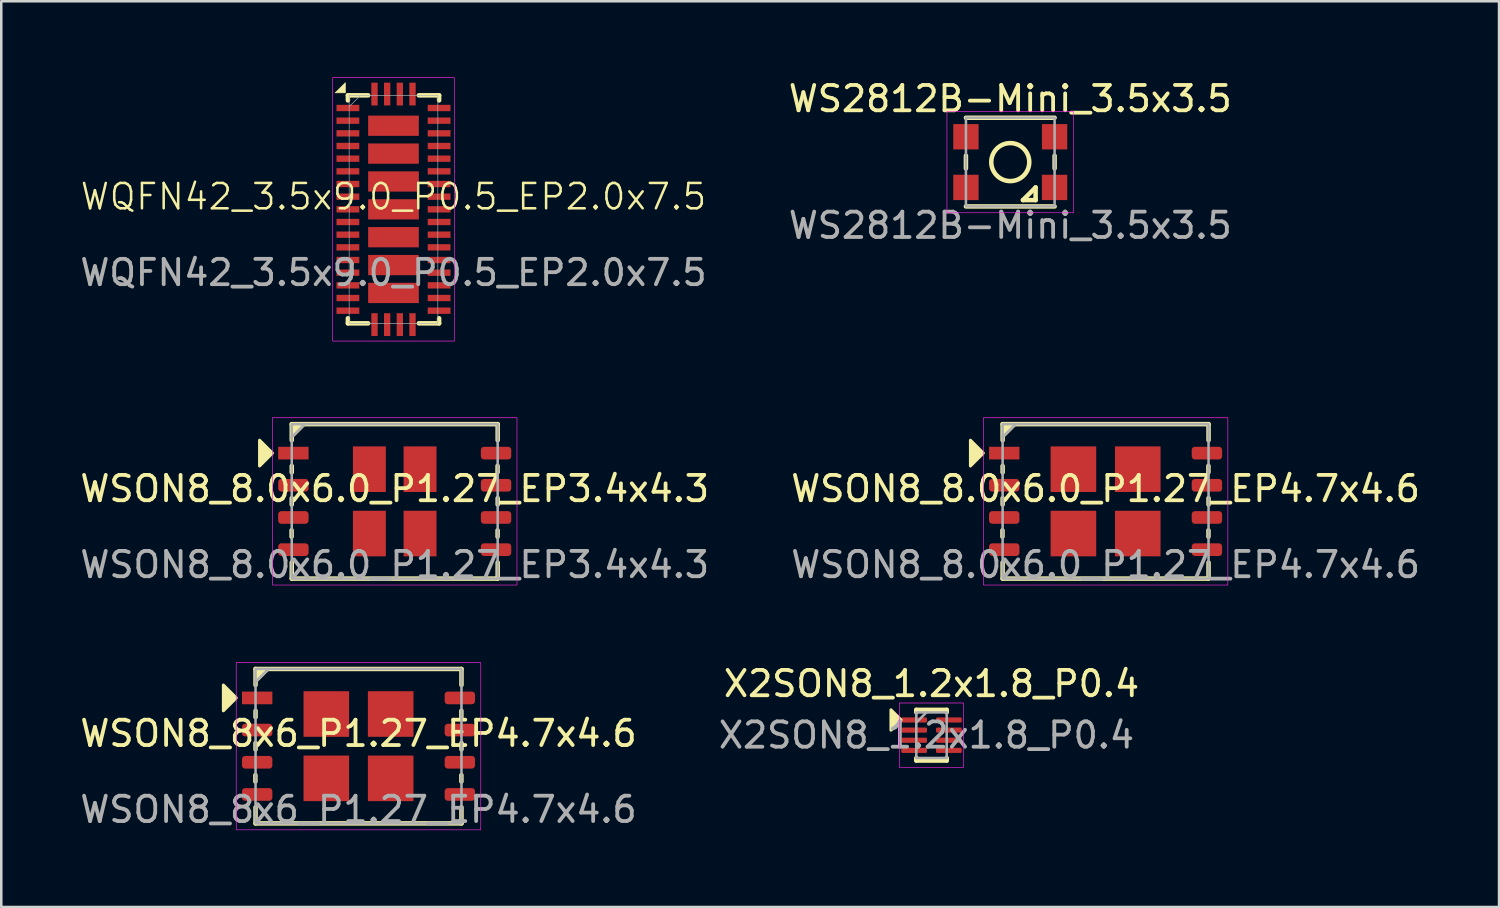
<source format=kicad_pcb>
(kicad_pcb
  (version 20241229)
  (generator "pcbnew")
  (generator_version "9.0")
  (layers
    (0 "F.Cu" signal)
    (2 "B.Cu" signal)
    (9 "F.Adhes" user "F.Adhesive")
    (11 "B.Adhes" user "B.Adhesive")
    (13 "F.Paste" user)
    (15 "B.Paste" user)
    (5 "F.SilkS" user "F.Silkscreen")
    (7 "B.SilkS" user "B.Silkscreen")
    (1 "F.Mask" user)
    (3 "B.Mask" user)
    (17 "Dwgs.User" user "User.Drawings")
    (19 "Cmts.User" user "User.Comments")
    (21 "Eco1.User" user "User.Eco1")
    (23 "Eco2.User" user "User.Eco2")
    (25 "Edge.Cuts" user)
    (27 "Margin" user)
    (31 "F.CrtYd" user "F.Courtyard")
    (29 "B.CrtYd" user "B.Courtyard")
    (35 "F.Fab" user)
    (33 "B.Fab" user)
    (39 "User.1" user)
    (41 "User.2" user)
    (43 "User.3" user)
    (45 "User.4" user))
  (footprint "WSON8_8x6_P1.27_EP4.7x4.6"
    (layer "F.Cu")
    (at 11.101 26.403)
    (property "Reference" "WSON8_8x6_P1.27_EP4.7x4.6" (at 0 -0.5 0) (unlocked yes) (layer "F.SilkS") (effects (font (size 1 1) (thickness 0.15))))
    (fp_line (start -4.07 1.141) (end -4.07 1.395) (stroke (width 0.178) (type solid)) (layer "F.SilkS"))
    (fp_line (start -4.064 -3.048) (end 4.064 -3.048) (stroke (width 0.178) (type solid)) (layer "F.SilkS"))
    (fp_line (start -4.064 -2.413) (end -4.064 -3.048) (stroke (width 0.178) (type solid)) (layer "F.SilkS"))
    (fp_line (start -4.064 -1.397) (end -4.064 -1.143) (stroke (width 0.178) (type solid)) (layer "F.SilkS"))
    (fp_line (start -4.064 -0.127) (end -4.064 0.127) (stroke (width 0.178) (type solid)) (layer "F.SilkS"))
    (fp_line (start -4.064 2.413) (end -4.064 3.048) (stroke (width 0.178) (type solid)) (layer "F.SilkS"))
    (fp_line (start -4.064 3.048) (end 4.064 3.048) (stroke (width 0.178) (type solid)) (layer "F.SilkS"))
    (fp_line (start 4.06 -1.401) (end 4.06 -1.147) (stroke (width 0.178) (type solid)) (layer "F.SilkS"))
    (fp_line (start 4.061 1.142) (end 4.061 1.396) (stroke (width 0.178) (type solid)) (layer "F.SilkS"))
    (fp_line (start 4.064 -0.128) (end 4.064 0.126) (stroke (width 0.178) (type solid)) (layer "F.SilkS"))
    (fp_line (start 4.064 -3.048) (end 4.064 -2.413) (stroke (width 0.178) (type solid)) (layer "F.SilkS"))
    (fp_line (start 4.064 3.048) (end 4.064 2.413) (stroke (width 0.178) (type solid)) (layer "F.SilkS"))
    (fp_poly (pts (xy -4.826 -1.905) (xy -5.334 -1.397) (xy -5.334 -2.413)) (stroke (width 0.12) (type solid)) (fill yes) (layer "F.SilkS"))
    (fp_poly (pts (xy -4.064 -2.54) (xy -4.064 -3.048) (xy -3.556 -3.048)) (stroke (width 0.12) (type solid)) (fill yes) (layer "F.SilkS"))
    (fp_rect (start -4.826 -3.302) (end 4.826 3.302) (stroke (width 0.025) (type solid)) (fill no) (layer "F.CrtYd"))
    (fp_line (start -4.064 -2.54) (end -3.556 -3.048) (stroke (width 0.1) (type solid)) (layer "F.Fab"))
    (fp_rect (start -4.064 -3.048) (end 4.064 3.048) (stroke (width 0.1) (type solid)) (fill no) (layer "F.Fab"))
    (fp_text user "${REFERENCE}" (at 0 2.5 0) (unlocked yes) (layer "F.Fab") (effects (font (size 1 1) (thickness 0.15))))
    (pad "1" smd rect (at -4 -1.905) (size 1.2 0.5) (layers "F.Cu" "F.Mask" "F.Paste"))
    (pad "2" smd roundrect (at -4 -0.635) (size 1.2 0.5) (layers "F.Cu" "F.Mask" "F.Paste") (roundrect_rratio 0.25))
    (pad "3" smd roundrect (at -4 0.635) (size 1.2 0.5) (layers "F.Cu" "F.Mask" "F.Paste") (roundrect_rratio 0.25))
    (pad "4" smd roundrect (at -4 1.905) (size 1.2 0.5) (layers "F.Cu" "F.Mask" "F.Paste") (roundrect_rratio 0.25))
    (pad "5" smd roundrect (at 4 1.905) (size 1.2 0.5) (layers "F.Cu" "F.Mask" "F.Paste") (roundrect_rratio 0.25))
    (pad "6" smd roundrect (at 4 0.635) (size 1.2 0.5) (layers "F.Cu" "F.Mask" "F.Paste") (roundrect_rratio 0.25))
    (pad "7" smd roundrect (at 4 -0.635) (size 1.2 0.5) (layers "F.Cu" "F.Mask" "F.Paste") (roundrect_rratio 0.25))
    (pad "8" smd roundrect (at 4 -1.905) (size 1.2 0.5) (layers "F.Cu" "F.Mask" "F.Paste") (roundrect_rratio 0.25))
    (pad "9" smd rect (at -1.27 -1.27) (size 1.8 1.8) (layers "F.Cu" "F.Mask" "F.Paste"))
    (pad "9" smd rect (at -1.27 1.27) (size 1.8 1.8) (layers "F.Cu" "F.Mask" "F.Paste"))
    (pad "9" smd rect (at 1.27 -1.27) (size 1.8 1.8) (layers "F.Cu" "F.Mask" "F.Paste"))
    (pad "9" smd rect (at 1.27 1.27) (size 1.8 1.8) (layers "F.Cu" "F.Mask" "F.Paste")))
  (footprint "WS2812B-Mini_3.5x3.5"
    (layer "F.Cu")
    (at 36.827 3.348)
    (property "Reference" "WS2812B-Mini_3.5x3.5" (at 0 -2.5 0) (unlocked yes) (layer "F.SilkS") (effects (font (size 1 1) (thickness 0.15))))
    (attr smd)
    (fp_line (start -1.75 -1.75) (end 1.75 -1.75) (stroke (width 0.178) (type solid)) (layer "F.SilkS"))
    (fp_line (start -1.75 -0.25) (end -1.75 0.25) (stroke (width 0.178) (type solid)) (layer "F.SilkS"))
    (fp_line (start -1.75 1.75) (end 1.75 1.75) (stroke (width 0.178) (type solid)) (layer "F.SilkS"))
    (fp_line (start 0.5 1.5) (end 1 1) (stroke (width 0.178) (type solid)) (layer "F.SilkS"))
    (fp_line (start 1 1) (end 1 1.5) (stroke (width 0.178) (type solid)) (layer "F.SilkS"))
    (fp_line (start 1 1.5) (end 0.5 1.5) (stroke (width 0.178) (type solid)) (layer "F.SilkS"))
    (fp_line (start 1.75 -0.25) (end 1.75 0.25) (stroke (width 0.178) (type solid)) (layer "F.SilkS"))
    (fp_circle (center 0 0) (end 0.75 0) (stroke (width 0.178) (type solid)) (fill no) (layer "F.SilkS"))
    (fp_rect (start -2.5 -2) (end 2.5 2) (stroke (width 0.025) (type solid)) (fill no) (layer "F.CrtYd"))
    (fp_rect (start -1.75 -1.75) (end 1.75 1.75) (stroke (width 0.1) (type solid)) (fill no) (layer "F.Fab"))
    (fp_text user "${REFERENCE}" (at 0 2.5 0) (unlocked yes) (layer "F.Fab") (effects (font (size 1 1) (thickness 0.15))))
    (pad "1" smd rect (at -1.75 -1) (size 1 1) (layers "F.Cu" "F.Mask" "F.Paste"))
    (pad "2" smd rect (at -1.75 1) (size 1 1) (layers "F.Cu" "F.Mask" "F.Paste"))
    (pad "3" smd rect (at 1.75 1) (size 1 1) (layers "F.Cu" "F.Mask" "F.Paste"))
    (pad "4" smd rect (at 1.75 -1) (size 1 1) (layers "F.Cu" "F.Mask" "F.Paste")))
  (footprint "WSON8_8.0x6.0_P1.27_EP3.4x4.3"
    (layer "F.Cu")
    (at 12.53 16.74)
    (property "Reference" "WSON8_8.0x6.0_P1.27_EP3.4x4.3" (at 0 -0.5 0) (unlocked yes) (layer "F.SilkS") (effects (font (size 1 1) (thickness 0.15))))
    (fp_line (start -4.07 1.141) (end -4.07 1.395) (stroke (width 0.178) (type solid)) (layer "F.SilkS"))
    (fp_line (start -4.064 -3.048) (end 4.064 -3.048) (stroke (width 0.178) (type solid)) (layer "F.SilkS"))
    (fp_line (start -4.064 -2.413) (end -4.064 -3.048) (stroke (width 0.178) (type solid)) (layer "F.SilkS"))
    (fp_line (start -4.064 -1.397) (end -4.064 -1.143) (stroke (width 0.178) (type solid)) (layer "F.SilkS"))
    (fp_line (start -4.064 -0.127) (end -4.064 0.127) (stroke (width 0.178) (type solid)) (layer "F.SilkS"))
    (fp_line (start -4.064 2.413) (end -4.064 3.048) (stroke (width 0.178) (type solid)) (layer "F.SilkS"))
    (fp_line (start -4.064 3.048) (end 4.064 3.048) (stroke (width 0.178) (type solid)) (layer "F.SilkS"))
    (fp_line (start 4.06 -1.401) (end 4.06 -1.147) (stroke (width 0.178) (type solid)) (layer "F.SilkS"))
    (fp_line (start 4.061 1.142) (end 4.061 1.396) (stroke (width 0.178) (type solid)) (layer "F.SilkS"))
    (fp_line (start 4.064 -0.128) (end 4.064 0.126) (stroke (width 0.178) (type solid)) (layer "F.SilkS"))
    (fp_line (start 4.064 -3.048) (end 4.064 -2.413) (stroke (width 0.178) (type solid)) (layer "F.SilkS"))
    (fp_line (start 4.064 3.048) (end 4.064 2.413) (stroke (width 0.178) (type solid)) (layer "F.SilkS"))
    (fp_poly (pts (xy -4.826 -1.905) (xy -5.334 -1.397) (xy -5.334 -2.413)) (stroke (width 0.12) (type solid)) (fill yes) (layer "F.SilkS"))
    (fp_poly (pts (xy -4.064 -2.54) (xy -4.064 -3.048) (xy -3.556 -3.048)) (stroke (width 0.12) (type solid)) (fill yes) (layer "F.SilkS"))
    (fp_rect (start -4.826 -3.302) (end 4.826 3.302) (stroke (width 0.025) (type solid)) (fill no) (layer "F.CrtYd"))
    (fp_line (start -4.064 -2.54) (end -3.556 -3.048) (stroke (width 0.1) (type solid)) (layer "F.Fab"))
    (fp_rect (start -4.064 -3.048) (end 4.064 3.048) (stroke (width 0.1) (type solid)) (fill no) (layer "F.Fab"))
    (fp_text user "${REFERENCE}" (at 0 2.5 0) (unlocked yes) (layer "F.Fab") (effects (font (size 1 1) (thickness 0.15))))
    (pad "1" smd rect (at -4 -1.905) (size 1.2 0.5) (layers "F.Cu" "F.Mask" "F.Paste"))
    (pad "2" smd roundrect (at -4 -0.635) (size 1.2 0.5) (layers "F.Cu" "F.Mask" "F.Paste") (roundrect_rratio 0.25))
    (pad "3" smd roundrect (at -4 0.635) (size 1.2 0.5) (layers "F.Cu" "F.Mask" "F.Paste") (roundrect_rratio 0.25))
    (pad "4" smd roundrect (at -4 1.905) (size 1.2 0.5) (layers "F.Cu" "F.Mask" "F.Paste") (roundrect_rratio 0.25))
    (pad "5" smd roundrect (at 4 1.905) (size 1.2 0.5) (layers "F.Cu" "F.Mask" "F.Paste") (roundrect_rratio 0.25))
    (pad "6" smd roundrect (at 4 0.635) (size 1.2 0.5) (layers "F.Cu" "F.Mask" "F.Paste") (roundrect_rratio 0.25))
    (pad "7" smd roundrect (at 4 -0.635) (size 1.2 0.5) (layers "F.Cu" "F.Mask" "F.Paste") (roundrect_rratio 0.25))
    (pad "8" smd roundrect (at 4 -1.905) (size 1.2 0.5) (layers "F.Cu" "F.Mask" "F.Paste") (roundrect_rratio 0.25))
    (pad "9" smd rect (at -1 -1.27) (size 1.3 1.8) (layers "F.Cu" "F.Mask" "F.Paste"))
    (pad "9" smd rect (at -1 1.27) (size 1.3 1.8) (layers "F.Cu" "F.Mask" "F.Paste"))
    (pad "9" smd rect (at 1 -1.27) (size 1.3 1.8) (layers "F.Cu" "F.Mask" "F.Paste"))
    (pad "9" smd rect (at 1 1.27) (size 1.3 1.8) (layers "F.Cu" "F.Mask" "F.Paste")))
  (footprint "WSON8_8.0x6.0_P1.27_EP4.7x4.6"
    (layer "F.Cu")
    (at 40.589 16.74)
    (property "Reference" "WSON8_8.0x6.0_P1.27_EP4.7x4.6" (at 0 -0.5 0) (unlocked yes) (layer "F.SilkS") (effects (font (size 1 1) (thickness 0.15))))
    (fp_line (start -4.07 1.141) (end -4.07 1.395) (stroke (width 0.178) (type solid)) (layer "F.SilkS"))
    (fp_line (start -4.064 -3.048) (end 4.064 -3.048) (stroke (width 0.178) (type solid)) (layer "F.SilkS"))
    (fp_line (start -4.064 -2.413) (end -4.064 -3.048) (stroke (width 0.178) (type solid)) (layer "F.SilkS"))
    (fp_line (start -4.064 -1.397) (end -4.064 -1.143) (stroke (width 0.178) (type solid)) (layer "F.SilkS"))
    (fp_line (start -4.064 -0.127) (end -4.064 0.127) (stroke (width 0.178) (type solid)) (layer "F.SilkS"))
    (fp_line (start -4.064 2.413) (end -4.064 3.048) (stroke (width 0.178) (type solid)) (layer "F.SilkS"))
    (fp_line (start -4.064 3.048) (end 4.064 3.048) (stroke (width 0.178) (type solid)) (layer "F.SilkS"))
    (fp_line (start 4.06 -1.401) (end 4.06 -1.147) (stroke (width 0.178) (type solid)) (layer "F.SilkS"))
    (fp_line (start 4.061 1.142) (end 4.061 1.396) (stroke (width 0.178) (type solid)) (layer "F.SilkS"))
    (fp_line (start 4.064 -0.128) (end 4.064 0.126) (stroke (width 0.178) (type solid)) (layer "F.SilkS"))
    (fp_line (start 4.064 -3.048) (end 4.064 -2.413) (stroke (width 0.178) (type solid)) (layer "F.SilkS"))
    (fp_line (start 4.064 3.048) (end 4.064 2.413) (stroke (width 0.178) (type solid)) (layer "F.SilkS"))
    (fp_poly (pts (xy -4.826 -1.905) (xy -5.334 -1.397) (xy -5.334 -2.413)) (stroke (width 0.12) (type solid)) (fill yes) (layer "F.SilkS"))
    (fp_poly (pts (xy -4.064 -2.54) (xy -4.064 -3.048) (xy -3.556 -3.048)) (stroke (width 0.12) (type solid)) (fill yes) (layer "F.SilkS"))
    (fp_rect (start -4.826 -3.302) (end 4.826 3.302) (stroke (width 0.025) (type solid)) (fill no) (layer "F.CrtYd"))
    (fp_line (start -4.064 -2.54) (end -3.556 -3.048) (stroke (width 0.1) (type solid)) (layer "F.Fab"))
    (fp_rect (start -4.064 -3.048) (end 4.064 3.048) (stroke (width 0.1) (type solid)) (fill no) (layer "F.Fab"))
    (fp_text user "${REFERENCE}" (at 0 2.5 0) (unlocked yes) (layer "F.Fab") (effects (font (size 1 1) (thickness 0.15))))
    (pad "1" smd rect (at -4 -1.905) (size 1.2 0.5) (layers "F.Cu" "F.Mask" "F.Paste"))
    (pad "2" smd roundrect (at -4 -0.635) (size 1.2 0.5) (layers "F.Cu" "F.Mask" "F.Paste") (roundrect_rratio 0.25))
    (pad "3" smd roundrect (at -4 0.635) (size 1.2 0.5) (layers "F.Cu" "F.Mask" "F.Paste") (roundrect_rratio 0.25))
    (pad "4" smd roundrect (at -4 1.905) (size 1.2 0.5) (layers "F.Cu" "F.Mask" "F.Paste") (roundrect_rratio 0.25))
    (pad "5" smd roundrect (at 4 1.905) (size 1.2 0.5) (layers "F.Cu" "F.Mask" "F.Paste") (roundrect_rratio 0.25))
    (pad "6" smd roundrect (at 4 0.635) (size 1.2 0.5) (layers "F.Cu" "F.Mask" "F.Paste") (roundrect_rratio 0.25))
    (pad "7" smd roundrect (at 4 -0.635) (size 1.2 0.5) (layers "F.Cu" "F.Mask" "F.Paste") (roundrect_rratio 0.25))
    (pad "8" smd roundrect (at 4 -1.905) (size 1.2 0.5) (layers "F.Cu" "F.Mask" "F.Paste") (roundrect_rratio 0.25))
    (pad "9" smd rect (at -1.27 -1.27) (size 1.8 1.8) (layers "F.Cu" "F.Mask" "F.Paste"))
    (pad "9" smd rect (at -1.27 1.27) (size 1.8 1.8) (layers "F.Cu" "F.Mask" "F.Paste"))
    (pad "9" smd rect (at 1.27 -1.27) (size 1.8 1.8) (layers "F.Cu" "F.Mask" "F.Paste"))
    (pad "9" smd rect (at 1.27 1.27) (size 1.8 1.8) (layers "F.Cu" "F.Mask" "F.Paste")))
  (footprint "X2SON8_1.2x1.8_P0.4"
    (layer "F.Cu")
    (at 33.718 25.969)
    (property "Reference" "X2SON8_1.2x1.8_P0.4" (at 0 -2.032 0) (unlocked yes) (layer "F.SilkS") (effects (font (size 1 1) (thickness 0.15))))
    (attr smd)
    (fp_line (start -0.6 -1) (end 0.6 -1) (stroke (width 0.178) (type solid)) (layer "F.SilkS"))
    (fp_line (start -0.6 -0.9) (end -0.6 -1) (stroke (width 0.178) (type solid)) (layer "F.SilkS"))
    (fp_line (start -0.6 0.9) (end -0.6 1) (stroke (width 0.178) (type solid)) (layer "F.SilkS"))
    (fp_line (start -0.6 1) (end 0.6 1) (stroke (width 0.178) (type solid)) (layer "F.SilkS"))
    (fp_line (start 0.6 -0.9) (end 0.6 -1) (stroke (width 0.178) (type solid)) (layer "F.SilkS"))
    (fp_line (start 0.6 0.9) (end 0.6 1) (stroke (width 0.178) (type solid)) (layer "F.SilkS"))
    (fp_poly (pts (xy -1.2 -0.6) (xy -1.6 -0.2) (xy -1.6 -1)) (stroke (width 0.12) (type solid)) (fill yes) (layer "F.SilkS"))
    (fp_rect (start -1.27 -1.27) (end 1.27 1.27) (stroke (width 0.025) (type solid)) (fill no) (layer "F.CrtYd"))
    (fp_line (start -0.6 -0.5) (end -0.2 -0.9) (stroke (width 0.1) (type solid)) (layer "F.Fab"))
    (fp_rect (start -0.6 0.9) (end 0.6 -0.9) (stroke (width 0.1) (type solid)) (fill no) (layer "F.Fab"))
    (fp_text user "${REFERENCE}" (at -0.2 0 0) (unlocked yes) (layer "F.Fab") (effects (font (size 1 1) (thickness 0.15))))
    (pad "1" smd roundrect (at -0.686 -0.6) (size 1.016 0.203) (layers "F.Cu" "F.Mask" "F.Paste") (roundrect_rratio 0.25))
    (pad "2" smd roundrect (at -0.686 -0.2) (size 1.016 0.203) (layers "F.Cu" "F.Mask" "F.Paste") (roundrect_rratio 0.25))
    (pad "3" smd roundrect (at -0.686 0.2) (size 1.016 0.203) (layers "F.Cu" "F.Mask" "F.Paste") (roundrect_rratio 0.25))
    (pad "4" smd roundrect (at -0.686 0.6) (size 1.016 0.203) (layers "F.Cu" "F.Mask" "F.Paste") (roundrect_rratio 0.25))
    (pad "5" smd roundrect (at 0.686 0.6) (size 1.016 0.203) (layers "F.Cu" "F.Mask" "F.Paste") (roundrect_rratio 0.25))
    (pad "6" smd roundrect (at 0.686 0.2) (size 1.016 0.203) (layers "F.Cu" "F.Mask" "F.Paste") (roundrect_rratio 0.25))
    (pad "7" smd roundrect (at 0.686 -0.2) (size 1.016 0.203) (layers "F.Cu" "F.Mask" "F.Paste") (roundrect_rratio 0.25))
    (pad "8" smd roundrect (at 0.686 -0.6) (size 1.016 0.203) (layers "F.Cu" "F.Mask" "F.Paste") (roundrect_rratio 0.25)))
  (footprint "WQFN42_3.5x9.0_P0.5_EP2.0x7.5"
    (layer "F.Cu")
    (at 12.482 5.213)
    (property "Reference" "WQFN42_3.5x9.0_P0.5_EP2.0x7.5" (at 0 -0.5 0) (unlocked yes) (layer "F.SilkS") (effects (font (size 1 1) (thickness 0.1))))
    (attr smd)
    (fp_line (start -1.8 -4.5) (end -1.8 -4.3) (stroke (width 0.178) (type default)) (layer "F.SilkS"))
    (fp_line (start -1.8 4.3) (end -1.8 4.5) (stroke (width 0.178) (type default)) (layer "F.SilkS"))
    (fp_line (start -1 -4.5) (end -1.8 -4.5) (stroke (width 0.178) (type default)) (layer "F.SilkS"))
    (fp_line (start -1 4.5) (end -1.8 4.5) (stroke (width 0.178) (type default)) (layer "F.SilkS"))
    (fp_line (start 1.8 -4.5) (end 1 -4.5) (stroke (width 0.178) (type default)) (layer "F.SilkS"))
    (fp_line (start 1.8 -4.5) (end 1.8 -4.3) (stroke (width 0.178) (type default)) (layer "F.SilkS"))
    (fp_line (start 1.8 4.3) (end 1.8 4.5) (stroke (width 0.178) (type default)) (layer "F.SilkS"))
    (fp_line (start 1.8 4.5) (end 1 4.5) (stroke (width 0.178) (type default)) (layer "F.SilkS"))
    (fp_poly (pts (xy -2.3 -4.6) (xy -1.9 -4.6) (xy -1.9 -5)) (stroke (width 0.025) (type solid)) (fill yes) (layer "F.SilkS"))
    (fp_rect (start -2.4 5.2) (end 2.4 -5.2) (stroke (width 0.025) (type default)) (fill no) (layer "F.CrtYd"))
    (fp_line (start -1.3 -4.5) (end -1.75 -4.05) (stroke (width 0.025) (type default)) (layer "F.Fab"))
    (fp_rect (start -1.75 -4.5) (end 1.75 4.5) (stroke (width 0.025) (type default)) (fill no) (layer "F.Fab"))
    (fp_text user "${REFERENCE}" (at 0 2.5 0) (unlocked yes) (layer "F.Fab") (effects (font (size 1 1) (thickness 0.15))))
    (pad "1" smd rect (at -1.8 -4) (size 0.9 0.25) (layers "F.Cu" "F.Mask" "F.Paste"))
    (pad "2" smd rect (at -1.8 -3.5) (size 0.9 0.25) (layers "F.Cu" "F.Mask" "F.Paste"))
    (pad "3" smd rect (at -1.8 -3) (size 0.9 0.25) (layers "F.Cu" "F.Mask" "F.Paste"))
    (pad "4" smd rect (at -1.8 -2.5) (size 0.9 0.25) (layers "F.Cu" "F.Mask" "F.Paste"))
    (pad "5" smd rect (at -1.8 -2) (size 0.9 0.25) (layers "F.Cu" "F.Mask" "F.Paste"))
    (pad "6" smd rect (at -1.8 -1.5) (size 0.9 0.25) (layers "F.Cu" "F.Mask" "F.Paste"))
    (pad "7" smd rect (at -1.8 -1) (size 0.9 0.25) (layers "F.Cu" "F.Mask" "F.Paste"))
    (pad "8" smd rect (at -1.8 -0.5) (size 0.9 0.25) (layers "F.Cu" "F.Mask" "F.Paste"))
    (pad "9" smd rect (at -1.8 0) (size 0.9 0.25) (layers "F.Cu" "F.Mask" "F.Paste"))
    (pad "10" smd rect (at -1.8 0.5) (size 0.9 0.25) (layers "F.Cu" "F.Mask" "F.Paste"))
    (pad "11" smd rect (at -1.8 1) (size 0.9 0.25) (layers "F.Cu" "F.Mask" "F.Paste"))
    (pad "12" smd rect (at -1.8 1.5) (size 0.9 0.25) (layers "F.Cu" "F.Mask" "F.Paste"))
    (pad "13" smd rect (at -1.8 2) (size 0.9 0.25) (layers "F.Cu" "F.Mask" "F.Paste"))
    (pad "14" smd rect (at -1.8 2.5) (size 0.9 0.25) (layers "F.Cu" "F.Mask" "F.Paste"))
    (pad "15" smd rect (at -1.8 3) (size 0.9 0.25) (layers "F.Cu" "F.Mask" "F.Paste"))
    (pad "16" smd rect (at -1.8 3.5) (size 0.9 0.25) (layers "F.Cu" "F.Mask" "F.Paste"))
    (pad "17" smd rect (at -1.8 4) (size 0.9 0.25) (layers "F.Cu" "F.Mask" "F.Paste"))
    (pad "18" smd rect (at -0.75 4.55) (size 0.25 0.9) (layers "F.Cu" "F.Mask" "F.Paste"))
    (pad "19" smd rect (at -0.25 4.55) (size 0.25 0.9) (layers "F.Cu" "F.Mask" "F.Paste"))
    (pad "20" smd rect (at 0.25 4.55) (size 0.25 0.9) (layers "F.Cu" "F.Mask" "F.Paste"))
    (pad "21" smd rect (at 0.75 4.55) (size 0.25 0.9) (layers "F.Cu" "F.Mask" "F.Paste"))
    (pad "22" smd rect (at 1.8 4) (size 0.9 0.25) (layers "F.Cu" "F.Mask" "F.Paste"))
    (pad "23" smd rect (at 1.8 3.5) (size 0.9 0.25) (layers "F.Cu" "F.Mask" "F.Paste"))
    (pad "24" smd rect (at 1.8 3) (size 0.9 0.25) (layers "F.Cu" "F.Mask" "F.Paste"))
    (pad "25" smd rect (at 1.8 2.5) (size 0.9 0.25) (layers "F.Cu" "F.Mask" "F.Paste"))
    (pad "26" smd rect (at 1.8 2) (size 0.9 0.25) (layers "F.Cu" "F.Mask" "F.Paste"))
    (pad "27" smd rect (at 1.8 1.5) (size 0.9 0.25) (layers "F.Cu" "F.Mask" "F.Paste"))
    (pad "28" smd rect (at 1.8 1) (size 0.9 0.25) (layers "F.Cu" "F.Mask" "F.Paste"))
    (pad "29" smd rect (at 1.8 0.5) (size 0.9 0.25) (layers "F.Cu" "F.Mask" "F.Paste"))
    (pad "30" smd rect (at 1.8 0) (size 0.9 0.25) (layers "F.Cu" "F.Mask" "F.Paste"))
    (pad "31" smd rect (at 1.8 -0.5) (size 0.9 0.25) (layers "F.Cu" "F.Mask" "F.Paste"))
    (pad "32" smd rect (at 1.8 -1) (size 0.9 0.25) (layers "F.Cu" "F.Mask" "F.Paste"))
    (pad "33" smd rect (at 1.8 -1.5) (size 0.9 0.25) (layers "F.Cu" "F.Mask" "F.Paste"))
    (pad "34" smd rect (at 1.8 -2) (size 0.9 0.25) (layers "F.Cu" "F.Mask" "F.Paste"))
    (pad "35" smd rect (at 1.8 -2.5) (size 0.9 0.25) (layers "F.Cu" "F.Mask" "F.Paste"))
    (pad "36" smd rect (at 1.8 -3) (size 0.9 0.25) (layers "F.Cu" "F.Mask" "F.Paste"))
    (pad "37" smd rect (at 1.8 -3.5) (size 0.9 0.25) (layers "F.Cu" "F.Mask" "F.Paste"))
    (pad "38" smd rect (at 1.8 -4) (size 0.9 0.25) (layers "F.Cu" "F.Mask" "F.Paste"))
    (pad "39" smd rect (at 0.75 -4.55) (size 0.25 0.9) (layers "F.Cu" "F.Mask" "F.Paste"))
    (pad "40" smd rect (at 0.25 -4.55) (size 0.25 0.9) (layers "F.Cu" "F.Mask" "F.Paste"))
    (pad "41" smd rect (at -0.25 -4.55) (size 0.25 0.9) (layers "F.Cu" "F.Mask" "F.Paste"))
    (pad "42" smd rect (at -0.75 -4.55) (size 0.25 0.9) (layers "F.Cu" "F.Mask" "F.Paste"))
    (pad "43" smd rect (at 0 -3.3) (size 2 0.8) (layers "F.Cu" "F.Mask" "F.Paste"))
    (pad "43" smd rect (at 0 -2.2) (size 2 0.8) (layers "F.Cu" "F.Mask" "F.Paste"))
    (pad "43" smd rect (at 0 -1.1) (size 2 0.8) (layers "F.Cu" "F.Mask" "F.Paste"))
    (pad "43" smd rect (at 0 0) (size 2 0.8) (layers "F.Cu" "F.Mask" "F.Paste"))
    (pad "43" smd rect (at 0 1.1) (size 2 0.8) (layers "F.Cu" "F.Mask" "F.Paste"))
    (pad "43" smd rect (at 0 2.2) (size 2 0.8) (layers "F.Cu" "F.Mask" "F.Paste"))
    (pad "43" smd rect (at 0 3.3) (size 2 0.8) (layers "F.Cu" "F.Mask" "F.Paste")))
  (gr_rect
    (start -3 -3)
    (end 56.119 32.751)
    (stroke (width 0.1) (type default))
    (fill no)
    (layer "Edge.Cuts")))
</source>
